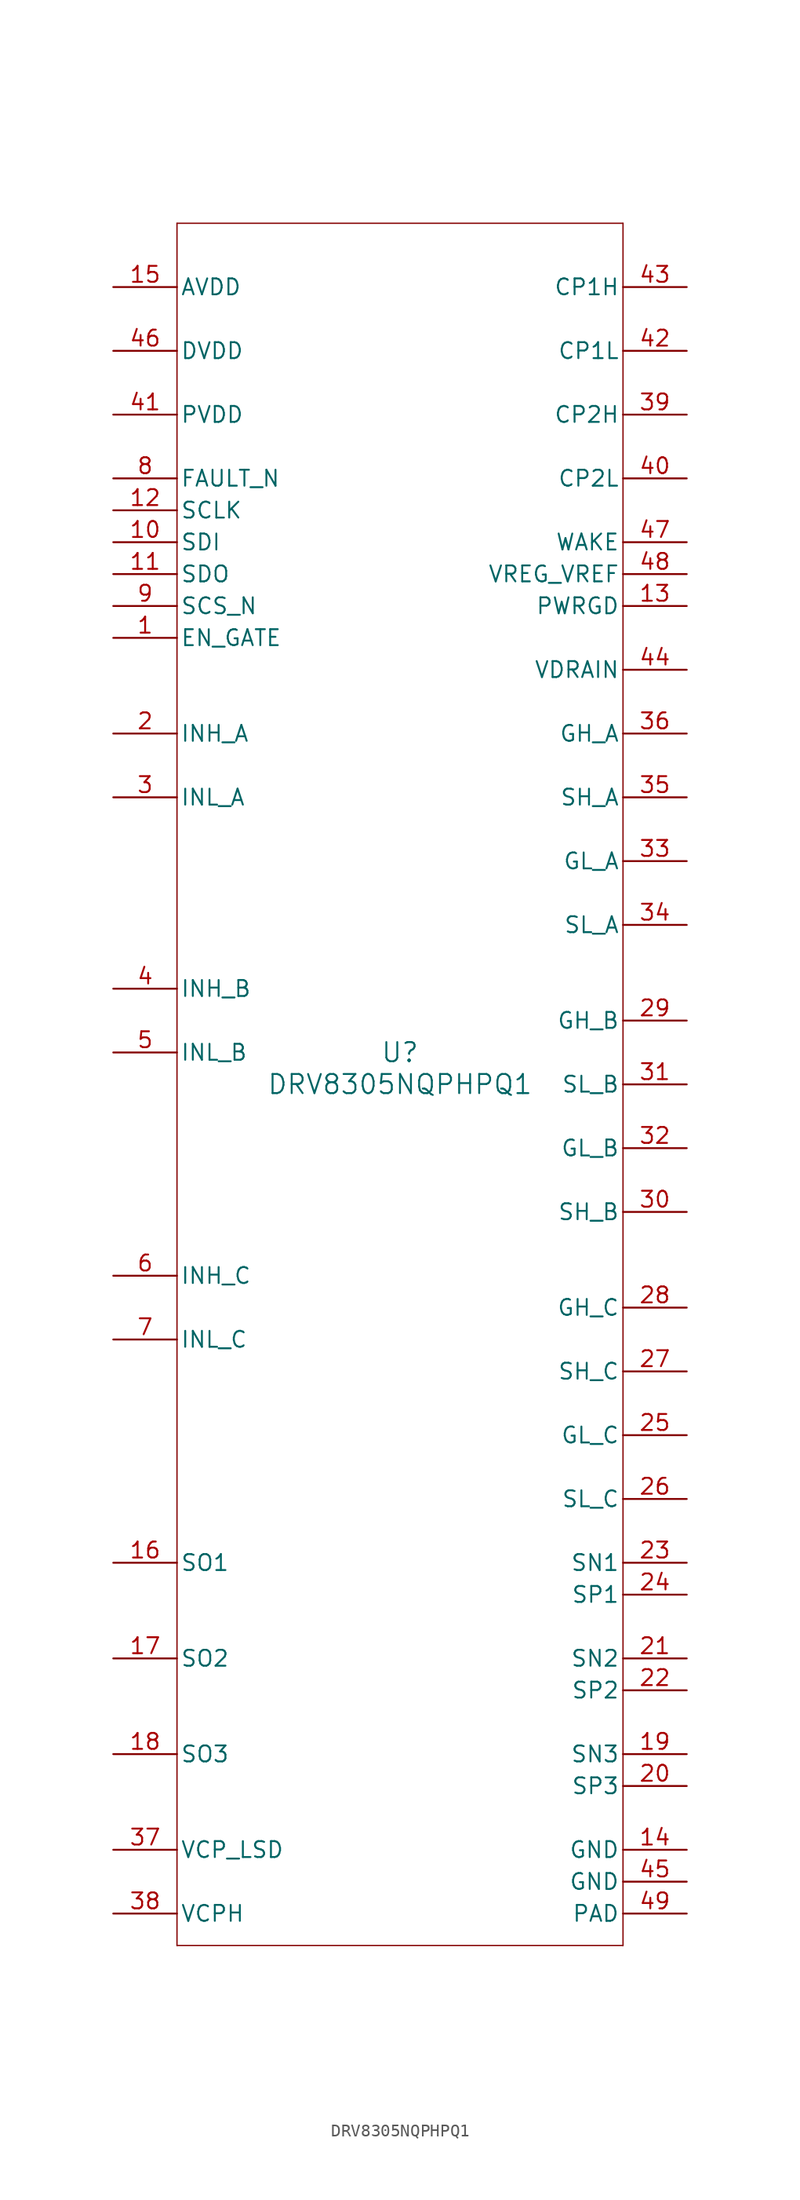
<source format=kicad_sym>
(kicad_symbol_lib
  (version 20211014)
  (generator kicad_symbol_editor)
  (symbol "DRV8305NQPHPQ1"
    (pin_names
      (offset 0.254))
    (property "Reference" "U"
      (at 0 2.54 0)
      (effects (font (size 1.524 1.524))))
    (property "Value" "DRV8305NQPHPQ1"
      (at 0 0 0)
      (effects (font (size 1.524 1.524))))
    (symbol "DRV8305NQPHPQ1_0_1"
      (polyline (pts (xy -17.78 -68.58) (xy 17.78 -68.58)) (stroke (width 0.102) (type default) (color 0 0 0 0)) (fill (type none)))
      (polyline (pts (xy 17.78 -68.58) (xy 17.78 68.58)) (stroke (width 0.102) (type default) (color 0 0 0 0)) (fill (type none)))
      (polyline (pts (xy 17.78 68.58) (xy -17.78 68.58)) (stroke (width 0.102) (type default) (color 0 0 0 0)) (fill (type none)))
      (polyline (pts (xy -17.78 68.58) (xy -17.78 -68.58)) (stroke (width 0.102) (type default) (color 0 0 0 0)) (fill (type none)))
      (pin input line (at -22.86 35.56 0) (length 5.08) (name "EN_GATE" (effects (font (size 1.27 1.27)))) (number "1" (effects (font (size 1.27 1.27)))))
      (pin input line (at -22.86 27.94 0) (length 5.08) (name "INH_A" (effects (font (size 1.27 1.27)))) (number "2" (effects (font (size 1.27 1.27)))))
      (pin input line (at -22.86 22.86 0) (length 5.08) (name "INL_A" (effects (font (size 1.27 1.27)))) (number "3" (effects (font (size 1.27 1.27)))))
      (pin input line (at -22.86 7.62 0) (length 5.08) (name "INH_B" (effects (font (size 1.27 1.27)))) (number "4" (effects (font (size 1.27 1.27)))))
      (pin input line (at -22.86 2.54 0) (length 5.08) (name "INL_B" (effects (font (size 1.27 1.27)))) (number "5" (effects (font (size 1.27 1.27)))))
      (pin input line (at -22.86 -15.24 0) (length 5.08) (name "INH_C" (effects (font (size 1.27 1.27)))) (number "6" (effects (font (size 1.27 1.27)))))
      (pin input line (at -22.86 -20.32 0) (length 5.08) (name "INL_C" (effects (font (size 1.27 1.27)))) (number "7" (effects (font (size 1.27 1.27)))))
      (pin open_collector line (at -22.86 48.26 0) (length 5.08) (name "FAULT_N" (effects (font (size 1.27 1.27)))) (number "8" (effects (font (size 1.27 1.27)))))
      (pin input line (at -22.86 38.1 0) (length 5.08) (name "SCS_N" (effects (font (size 1.27 1.27)))) (number "9" (effects (font (size 1.27 1.27)))))
      (pin input line (at -22.86 43.18 0) (length 5.08) (name "SDI" (effects (font (size 1.27 1.27)))) (number "10" (effects (font (size 1.27 1.27)))))
      (pin output line (at -22.86 40.64 0) (length 5.08) (name "SDO" (effects (font (size 1.27 1.27)))) (number "11" (effects (font (size 1.27 1.27)))))
      (pin input line (at -22.86 45.72 0) (length 5.08) (name "SCLK" (effects (font (size 1.27 1.27)))) (number "12" (effects (font (size 1.27 1.27)))))
      (pin open_collector line (at 22.86 38.1 180) (length 5.08) (name "PWRGD" (effects (font (size 1.27 1.27)))) (number "13" (effects (font (size 1.27 1.27)))))
      (pin power_in line (at 22.86 -60.96 180) (length 5.08) (name "GND" (effects (font (size 1.27 1.27)))) (number "14" (effects (font (size 1.27 1.27)))))
      (pin power_in line (at -22.86 63.5 0) (length 5.08) (name "AVDD" (effects (font (size 1.27 1.27)))) (number "15" (effects (font (size 1.27 1.27)))))
      (pin output line (at -22.86 -38.1 0) (length 5.08) (name "SO1" (effects (font (size 1.27 1.27)))) (number "16" (effects (font (size 1.27 1.27)))))
      (pin output line (at -22.86 -45.72 0) (length 5.08) (name "SO2" (effects (font (size 1.27 1.27)))) (number "17" (effects (font (size 1.27 1.27)))))
      (pin output line (at -22.86 -53.34 0) (length 5.08) (name "SO3" (effects (font (size 1.27 1.27)))) (number "18" (effects (font (size 1.27 1.27)))))
      (pin input line (at 22.86 -53.34 180) (length 5.08) (name "SN3" (effects (font (size 1.27 1.27)))) (number "19" (effects (font (size 1.27 1.27)))))
      (pin input line (at 22.86 -55.88 180) (length 5.08) (name "SP3" (effects (font (size 1.27 1.27)))) (number "20" (effects (font (size 1.27 1.27)))))
      (pin input line (at 22.86 -45.72 180) (length 5.08) (name "SN2" (effects (font (size 1.27 1.27)))) (number "21" (effects (font (size 1.27 1.27)))))
      (pin input line (at 22.86 -48.26 180) (length 5.08) (name "SP2" (effects (font (size 1.27 1.27)))) (number "22" (effects (font (size 1.27 1.27)))))
      (pin input line (at 22.86 -38.1 180) (length 5.08) (name "SN1" (effects (font (size 1.27 1.27)))) (number "23" (effects (font (size 1.27 1.27)))))
      (pin input line (at 22.86 -40.64 180) (length 5.08) (name "SP1" (effects (font (size 1.27 1.27)))) (number "24" (effects (font (size 1.27 1.27)))))
      (pin output line (at 22.86 -27.94 180) (length 5.08) (name "GL_C" (effects (font (size 1.27 1.27)))) (number "25" (effects (font (size 1.27 1.27)))))
      (pin input line (at 22.86 -33.02 180) (length 5.08) (name "SL_C" (effects (font (size 1.27 1.27)))) (number "26" (effects (font (size 1.27 1.27)))))
      (pin input line (at 22.86 -22.86 180) (length 5.08) (name "SH_C" (effects (font (size 1.27 1.27)))) (number "27" (effects (font (size 1.27 1.27)))))
      (pin output line (at 22.86 -17.78 180) (length 5.08) (name "GH_C" (effects (font (size 1.27 1.27)))) (number "28" (effects (font (size 1.27 1.27)))))
      (pin output line (at 22.86 5.08 180) (length 5.08) (name "GH_B" (effects (font (size 1.27 1.27)))) (number "29" (effects (font (size 1.27 1.27)))))
      (pin input line (at 22.86 -10.16 180) (length 5.08) (name "SH_B" (effects (font (size 1.27 1.27)))) (number "30" (effects (font (size 1.27 1.27)))))
      (pin input line (at 22.86 0 180) (length 5.08) (name "SL_B" (effects (font (size 1.27 1.27)))) (number "31" (effects (font (size 1.27 1.27)))))
      (pin output line (at 22.86 -5.08 180) (length 5.08) (name "GL_B" (effects (font (size 1.27 1.27)))) (number "32" (effects (font (size 1.27 1.27)))))
      (pin output line (at 22.86 17.78 180) (length 5.08) (name "GL_A" (effects (font (size 1.27 1.27)))) (number "33" (effects (font (size 1.27 1.27)))))
      (pin input line (at 22.86 12.7 180) (length 5.08) (name "SL_A" (effects (font (size 1.27 1.27)))) (number "34" (effects (font (size 1.27 1.27)))))
      (pin input line (at 22.86 22.86 180) (length 5.08) (name "SH_A" (effects (font (size 1.27 1.27)))) (number "35" (effects (font (size 1.27 1.27)))))
      (pin output line (at 22.86 27.94 180) (length 5.08) (name "GH_A" (effects (font (size 1.27 1.27)))) (number "36" (effects (font (size 1.27 1.27)))))
      (pin unspecified line (at -22.86 -60.96 0) (length 5.08) (name "VCP_LSD" (effects (font (size 1.27 1.27)))) (number "37" (effects (font (size 1.27 1.27)))))
      (pin unspecified line (at -22.86 -66.04 0) (length 5.08) (name "VCPH" (effects (font (size 1.27 1.27)))) (number "38" (effects (font (size 1.27 1.27)))))
      (pin unspecified line (at 22.86 53.34 180) (length 5.08) (name "CP2H" (effects (font (size 1.27 1.27)))) (number "39" (effects (font (size 1.27 1.27)))))
      (pin unspecified line (at 22.86 48.26 180) (length 5.08) (name "CP2L" (effects (font (size 1.27 1.27)))) (number "40" (effects (font (size 1.27 1.27)))))
      (pin power_in line (at -22.86 53.34 0) (length 5.08) (name "PVDD" (effects (font (size 1.27 1.27)))) (number "41" (effects (font (size 1.27 1.27)))))
      (pin unspecified line (at 22.86 58.42 180) (length 5.08) (name "CP1L" (effects (font (size 1.27 1.27)))) (number "42" (effects (font (size 1.27 1.27)))))
      (pin unspecified line (at 22.86 63.5 180) (length 5.08) (name "CP1H" (effects (font (size 1.27 1.27)))) (number "43" (effects (font (size 1.27 1.27)))))
      (pin power_in line (at 22.86 33.02 180) (length 5.08) (name "VDRAIN" (effects (font (size 1.27 1.27)))) (number "44" (effects (font (size 1.27 1.27)))))
      (pin power_in line (at 22.86 -63.5 180) (length 5.08) (name "GND" (effects (font (size 1.27 1.27)))) (number "45" (effects (font (size 1.27 1.27)))))
      (pin power_in line (at -22.86 58.42 0) (length 5.08) (name "DVDD" (effects (font (size 1.27 1.27)))) (number "46" (effects (font (size 1.27 1.27)))))
      (pin input line (at 22.86 43.18 180) (length 5.08) (name "WAKE" (effects (font (size 1.27 1.27)))) (number "47" (effects (font (size 1.27 1.27)))))
      (pin power_in line (at 22.86 40.64 180) (length 5.08) (name "VREG_VREF" (effects (font (size 1.27 1.27)))) (number "48" (effects (font (size 1.27 1.27)))))
      (pin power_in line (at 22.86 -66.04 180) (length 5.08) (name "PAD" (effects (font (size 1.27 1.27)))) (number "49" (effects (font (size 1.27 1.27))))))))
</source>
